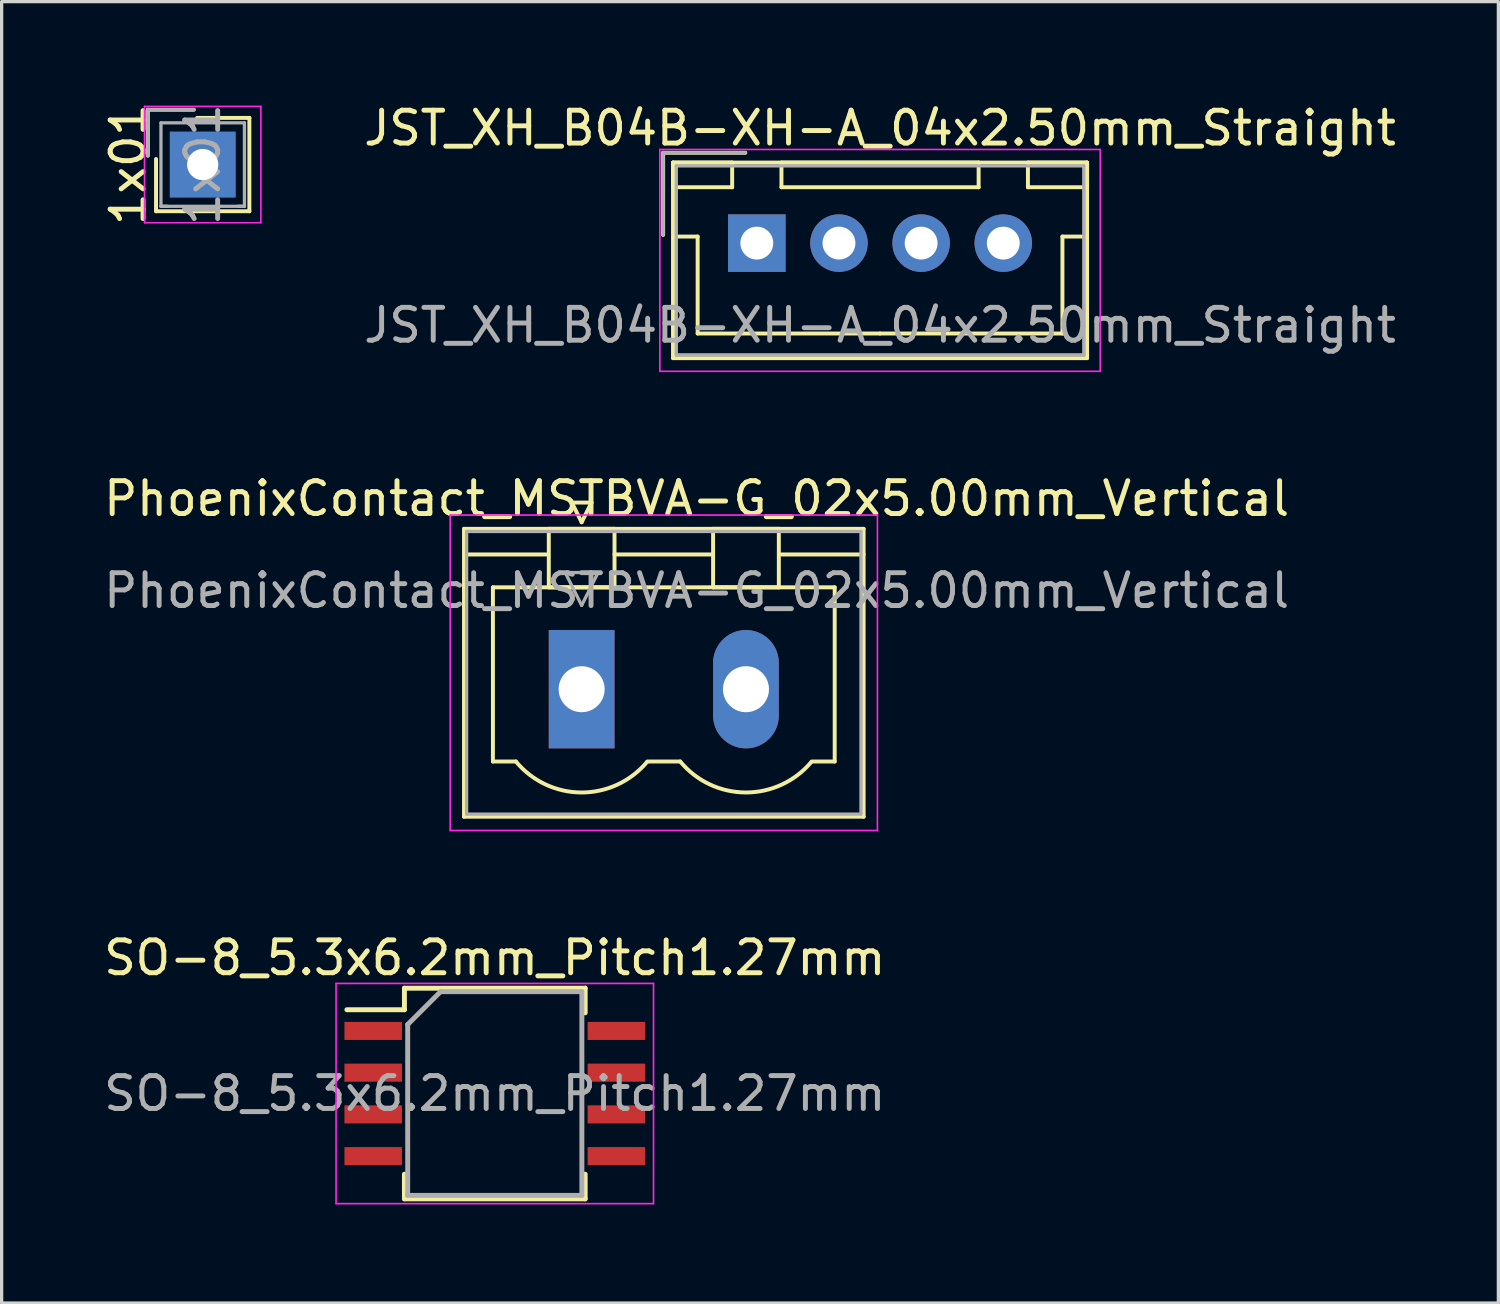
<source format=kicad_pcb>
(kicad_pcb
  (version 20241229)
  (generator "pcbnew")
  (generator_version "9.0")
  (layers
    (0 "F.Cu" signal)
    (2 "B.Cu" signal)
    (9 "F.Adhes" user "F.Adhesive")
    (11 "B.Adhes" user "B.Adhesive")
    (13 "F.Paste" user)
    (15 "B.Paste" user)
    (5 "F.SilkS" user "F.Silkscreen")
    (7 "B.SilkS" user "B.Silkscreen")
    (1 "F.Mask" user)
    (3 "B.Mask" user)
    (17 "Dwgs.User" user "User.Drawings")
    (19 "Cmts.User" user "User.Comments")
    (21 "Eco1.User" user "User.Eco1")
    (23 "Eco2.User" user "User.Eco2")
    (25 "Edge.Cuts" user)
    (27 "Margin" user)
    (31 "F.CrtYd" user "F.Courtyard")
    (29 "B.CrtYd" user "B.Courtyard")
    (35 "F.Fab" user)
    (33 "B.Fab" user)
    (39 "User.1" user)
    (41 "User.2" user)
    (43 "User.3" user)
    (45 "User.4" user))
  (footprint "PhoenixContact_MSTBVA-G_02x5.00mm_Vertical"
    (layer "F.Cu")
    (at 14.649 17.922)
    (property "Reference" "PhoenixContact_MSTBVA-G_02x5.00mm_Vertical" (at 3.5 -5.8 0) (layer "F.SilkS") (effects (font (size 1 1) (thickness 0.15))))
    (attr through_hole)
    (fp_line (start -3.58 -4.88) (end -3.58 3.88) (stroke (width 0.12) (type solid)) (layer "F.SilkS"))
    (fp_line (start -3.58 -4.1) (end -1.08 -4.1) (stroke (width 0.12) (type solid)) (layer "F.SilkS"))
    (fp_line (start -3.58 3.88) (end 8.58 3.88) (stroke (width 0.12) (type solid)) (layer "F.SilkS"))
    (fp_line (start -2.7 -3.1) (end 7.7 -3.1) (stroke (width 0.12) (type solid)) (layer "F.SilkS"))
    (fp_line (start -2.7 2.2) (end -2.7 -3.1) (stroke (width 0.12) (type solid)) (layer "F.SilkS"))
    (fp_line (start -2 2.2) (end -2.7 2.2) (stroke (width 0.12) (type solid)) (layer "F.SilkS"))
    (fp_line (start -1 -4.88) (end 1 -4.88) (stroke (width 0.12) (type solid)) (layer "F.SilkS"))
    (fp_line (start -1 -3.1) (end -1 -4.88) (stroke (width 0.12) (type solid)) (layer "F.SilkS"))
    (fp_line (start -0.3 -5.68) (end 0.3 -5.68) (stroke (width 0.12) (type solid)) (layer "F.SilkS"))
    (fp_line (start 0 -5.08) (end -0.3 -5.68) (stroke (width 0.12) (type solid)) (layer "F.SilkS"))
    (fp_line (start 0.3 -5.68) (end 0 -5.08) (stroke (width 0.12) (type solid)) (layer "F.SilkS"))
    (fp_line (start 1 -4.88) (end 1 -3.1) (stroke (width 0.12) (type solid)) (layer "F.SilkS"))
    (fp_line (start 1 -4.1) (end 4 -4.1) (stroke (width 0.12) (type solid)) (layer "F.SilkS"))
    (fp_line (start 1 -3.1) (end -1 -3.1) (stroke (width 0.12) (type solid)) (layer "F.SilkS"))
    (fp_line (start 2 2.2) (end 3 2.2) (stroke (width 0.12) (type solid)) (layer "F.SilkS"))
    (fp_line (start 4 -4.88) (end 6 -4.88) (stroke (width 0.12) (type solid)) (layer "F.SilkS"))
    (fp_line (start 4 -3.1) (end 4 -4.88) (stroke (width 0.12) (type solid)) (layer "F.SilkS"))
    (fp_line (start 6 -4.88) (end 6 -3.1) (stroke (width 0.12) (type solid)) (layer "F.SilkS"))
    (fp_line (start 6 -3.1) (end 4 -3.1) (stroke (width 0.12) (type solid)) (layer "F.SilkS"))
    (fp_line (start 7.7 -3.1) (end 7.7 2.2) (stroke (width 0.12) (type solid)) (layer "F.SilkS"))
    (fp_line (start 7.7 2.2) (end 7 2.2) (stroke (width 0.12) (type solid)) (layer "F.SilkS"))
    (fp_line (start 8.58 -4.88) (end -3.58 -4.88) (stroke (width 0.12) (type solid)) (layer "F.SilkS"))
    (fp_line (start 8.58 -4.1) (end 6.08 -4.1) (stroke (width 0.12) (type solid)) (layer "F.SilkS"))
    (fp_line (start 8.58 3.88) (end 8.58 -4.88) (stroke (width 0.12) (type solid)) (layer "F.SilkS"))
    (fp_arc (start 1.986842 2.215821) (mid -0.010289 3.142758) (end -2 2.2) (stroke (width 0.12) (type solid)) (layer "F.SilkS"))
    (fp_arc (start 6.986842 2.215821) (mid 4.989711 3.142758) (end 3 2.2) (stroke (width 0.12) (type solid)) (layer "F.SilkS"))
    (fp_line (start -4 -5.3) (end -4 4.3) (stroke (width 0.05) (type solid)) (layer "F.CrtYd"))
    (fp_line (start -4 4.3) (end 9 4.3) (stroke (width 0.05) (type solid)) (layer "F.CrtYd"))
    (fp_line (start 9 -5.3) (end -4 -5.3) (stroke (width 0.05) (type solid)) (layer "F.CrtYd"))
    (fp_line (start 9 4.3) (end 9 -5.3) (stroke (width 0.05) (type solid)) (layer "F.CrtYd"))
    (fp_line (start -3.5 -4.8) (end -3.5 3.8) (stroke (width 0.1) (type solid)) (layer "F.Fab"))
    (fp_line (start -3.5 3.8) (end 8.5 3.8) (stroke (width 0.1) (type solid)) (layer "F.Fab"))
    (fp_line (start -0.5 -3.55) (end 0.5 -3.55) (stroke (width 0.1) (type solid)) (layer "F.Fab"))
    (fp_line (start 0 -2.55) (end -0.5 -3.55) (stroke (width 0.1) (type solid)) (layer "F.Fab"))
    (fp_line (start 0.5 -3.55) (end 0 -2.55) (stroke (width 0.1) (type solid)) (layer "F.Fab"))
    (fp_line (start 8.5 -4.8) (end -3.5 -4.8) (stroke (width 0.1) (type solid)) (layer "F.Fab"))
    (fp_line (start 8.5 3.8) (end 8.5 -4.8) (stroke (width 0.1) (type solid)) (layer "F.Fab"))
    (fp_text user "${REFERENCE}" (at 3.5 -3 0) (layer "F.Fab") (effects (font (size 1 1) (thickness 0.15))))
    (pad "1" thru_hole rect (at 0 0) (size 2 3.6) (drill 1.4) (layers "*.Cu" "*.Mask"))
    (pad "2" thru_hole oval (at 5 0) (size 2 3.6) (drill 1.4) (layers "*.Cu" "*.Mask")))
  (footprint "JST_XH_B04B-XH-A_04x2.50mm_Straight"
    (layer "F.Cu")
    (at 19.979 4.348)
    (property "Reference" "JST_XH_B04B-XH-A_04x2.50mm_Straight" (at 3.75 -3.5 0) (layer "F.SilkS") (effects (font (size 1 1) (thickness 0.15))))
    (attr through_hole)
    (fp_line (start -2.85 -2.75) (end -2.85 -0.25) (stroke (width 0.12) (type solid)) (layer "F.SilkS"))
    (fp_line (start -2.55 -2.45) (end -2.55 -1.7) (stroke (width 0.12) (type solid)) (layer "F.SilkS"))
    (fp_line (start -2.55 -2.45) (end -2.55 3.5) (stroke (width 0.12) (type solid)) (layer "F.SilkS"))
    (fp_line (start -2.55 -1.7) (end -0.75 -1.7) (stroke (width 0.12) (type solid)) (layer "F.SilkS"))
    (fp_line (start -2.55 -0.2) (end -1.8 -0.2) (stroke (width 0.12) (type solid)) (layer "F.SilkS"))
    (fp_line (start -2.55 3.5) (end 10.05 3.5) (stroke (width 0.12) (type solid)) (layer "F.SilkS"))
    (fp_line (start -1.8 -0.2) (end -1.8 2.75) (stroke (width 0.12) (type solid)) (layer "F.SilkS"))
    (fp_line (start -1.8 2.75) (end 3.75 2.75) (stroke (width 0.12) (type solid)) (layer "F.SilkS"))
    (fp_line (start -0.75 -2.45) (end -2.55 -2.45) (stroke (width 0.12) (type solid)) (layer "F.SilkS"))
    (fp_line (start -0.75 -1.7) (end -0.75 -2.45) (stroke (width 0.12) (type solid)) (layer "F.SilkS"))
    (fp_line (start -0.35 -2.75) (end -2.85 -2.75) (stroke (width 0.12) (type solid)) (layer "F.SilkS"))
    (fp_line (start 0.75 -2.45) (end 0.75 -1.7) (stroke (width 0.12) (type solid)) (layer "F.SilkS"))
    (fp_line (start 0.75 -1.7) (end 6.75 -1.7) (stroke (width 0.12) (type solid)) (layer "F.SilkS"))
    (fp_line (start 6.75 -2.45) (end 0.75 -2.45) (stroke (width 0.12) (type solid)) (layer "F.SilkS"))
    (fp_line (start 6.75 -1.7) (end 6.75 -2.45) (stroke (width 0.12) (type solid)) (layer "F.SilkS"))
    (fp_line (start 8.25 -2.45) (end 8.25 -1.7) (stroke (width 0.12) (type solid)) (layer "F.SilkS"))
    (fp_line (start 8.25 -1.7) (end 10.05 -1.7) (stroke (width 0.12) (type solid)) (layer "F.SilkS"))
    (fp_line (start 9.3 -0.2) (end 9.3 2.75) (stroke (width 0.12) (type solid)) (layer "F.SilkS"))
    (fp_line (start 9.3 2.75) (end 3.75 2.75) (stroke (width 0.12) (type solid)) (layer "F.SilkS"))
    (fp_line (start 10.05 -2.45) (end -2.55 -2.45) (stroke (width 0.12) (type solid)) (layer "F.SilkS"))
    (fp_line (start 10.05 -2.45) (end 8.25 -2.45) (stroke (width 0.12) (type solid)) (layer "F.SilkS"))
    (fp_line (start 10.05 -1.7) (end 10.05 -2.45) (stroke (width 0.12) (type solid)) (layer "F.SilkS"))
    (fp_line (start 10.05 -0.2) (end 9.3 -0.2) (stroke (width 0.12) (type solid)) (layer "F.SilkS"))
    (fp_line (start 10.05 3.5) (end 10.05 -2.45) (stroke (width 0.12) (type solid)) (layer "F.SilkS"))
    (fp_line (start -2.95 -2.85) (end -2.95 3.9) (stroke (width 0.05) (type solid)) (layer "F.CrtYd"))
    (fp_line (start -2.95 3.9) (end 10.45 3.9) (stroke (width 0.05) (type solid)) (layer "F.CrtYd"))
    (fp_line (start 10.45 -2.85) (end -2.95 -2.85) (stroke (width 0.05) (type solid)) (layer "F.CrtYd"))
    (fp_line (start 10.45 3.9) (end 10.45 -2.85) (stroke (width 0.05) (type solid)) (layer "F.CrtYd"))
    (fp_line (start -2.85 -2.75) (end -2.85 -0.25) (stroke (width 0.1) (type solid)) (layer "F.Fab"))
    (fp_line (start -2.45 -2.35) (end -2.45 3.4) (stroke (width 0.1) (type solid)) (layer "F.Fab"))
    (fp_line (start -2.45 3.4) (end 9.95 3.4) (stroke (width 0.1) (type solid)) (layer "F.Fab"))
    (fp_line (start -0.35 -2.75) (end -2.85 -2.75) (stroke (width 0.1) (type solid)) (layer "F.Fab"))
    (fp_line (start 9.95 -2.35) (end -2.45 -2.35) (stroke (width 0.1) (type solid)) (layer "F.Fab"))
    (fp_line (start 9.95 3.4) (end 9.95 -2.35) (stroke (width 0.1) (type solid)) (layer "F.Fab"))
    (fp_text user "${REFERENCE}" (at 3.75 2.5 0) (layer "F.Fab") (effects (font (size 1 1) (thickness 0.15))))
    (pad "1" thru_hole rect (at 0 0) (size 1.75 1.75) (drill 1) (layers "*.Cu" "*.Mask"))
    (pad "2" thru_hole circle (at 2.5 0) (size 1.75 1.75) (drill 1) (layers "*.Cu" "*.Mask"))
    (pad "3" thru_hole circle (at 5 0) (size 1.75 1.75) (drill 1) (layers "*.Cu" "*.Mask"))
    (pad "4" thru_hole circle (at 7.5 0) (size 1.75 1.75) (drill 1) (layers "*.Cu" "*.Mask")))
  (footprint "SO-8_5.3x6.2mm_Pitch1.27mm"
    (layer "F.Cu")
    (at 12.006 30.225)
    (property "Reference" "SO-8_5.3x6.2mm_Pitch1.27mm" (at 0 -4.13 0) (layer "F.SilkS") (effects (font (size 1 1) (thickness 0.15))))
    (attr smd)
    (fp_line (start -2.75 -3.205) (end -2.75 -2.55) (stroke (width 0.15) (type solid)) (layer "F.SilkS"))
    (fp_line (start -2.75 -3.205) (end 2.75 -3.205) (stroke (width 0.15) (type solid)) (layer "F.SilkS"))
    (fp_line (start -2.75 -2.55) (end -4.5 -2.55) (stroke (width 0.15) (type solid)) (layer "F.SilkS"))
    (fp_line (start -2.75 3.205) (end -2.75 2.455) (stroke (width 0.15) (type solid)) (layer "F.SilkS"))
    (fp_line (start -2.75 3.205) (end 2.75 3.205) (stroke (width 0.15) (type solid)) (layer "F.SilkS"))
    (fp_line (start 2.75 -3.205) (end 2.75 -2.455) (stroke (width 0.15) (type solid)) (layer "F.SilkS"))
    (fp_line (start 2.75 3.205) (end 2.75 2.455) (stroke (width 0.15) (type solid)) (layer "F.SilkS"))
    (fp_line (start -4.83 -3.35) (end -4.83 3.35) (stroke (width 0.05) (type solid)) (layer "F.CrtYd"))
    (fp_line (start -4.83 -3.35) (end 4.83 -3.35) (stroke (width 0.05) (type solid)) (layer "F.CrtYd"))
    (fp_line (start -4.83 3.35) (end 4.83 3.35) (stroke (width 0.05) (type solid)) (layer "F.CrtYd"))
    (fp_line (start 4.83 -3.35) (end 4.83 3.35) (stroke (width 0.05) (type solid)) (layer "F.CrtYd"))
    (fp_line (start -2.65 -2.1) (end -1.65 -3.1) (stroke (width 0.15) (type solid)) (layer "F.Fab"))
    (fp_line (start -2.65 3.1) (end -2.65 -2.1) (stroke (width 0.15) (type solid)) (layer "F.Fab"))
    (fp_line (start -1.65 -3.1) (end 2.65 -3.1) (stroke (width 0.15) (type solid)) (layer "F.Fab"))
    (fp_line (start 2.65 -3.1) (end 2.65 3.1) (stroke (width 0.15) (type solid)) (layer "F.Fab"))
    (fp_line (start 2.65 3.1) (end -2.65 3.1) (stroke (width 0.15) (type solid)) (layer "F.Fab"))
    (fp_text user "${REFERENCE}" (at 0 0 0) (layer "F.Fab") (effects (font (size 1 1) (thickness 0.15))))
    (pad "1" smd rect (at -3.7 -1.905) (size 1.75 0.55) (layers "F.Cu" "F.Mask" "F.Paste"))
    (pad "2" smd rect (at -3.7 -0.635) (size 1.75 0.55) (layers "F.Cu" "F.Mask" "F.Paste"))
    (pad "3" smd rect (at -3.7 0.635) (size 1.75 0.55) (layers "F.Cu" "F.Mask" "F.Paste"))
    (pad "4" smd rect (at -3.7 1.905) (size 1.75 0.55) (layers "F.Cu" "F.Mask" "F.Paste"))
    (pad "5" smd rect (at 3.7 1.905) (size 1.75 0.55) (layers "F.Cu" "F.Mask" "F.Paste"))
    (pad "6" smd rect (at 3.7 0.635) (size 1.75 0.55) (layers "F.Cu" "F.Mask" "F.Paste"))
    (pad "7" smd rect (at 3.7 -0.635) (size 1.75 0.55) (layers "F.Cu" "F.Mask" "F.Paste"))
    (pad "8" smd rect (at 3.7 -1.905) (size 1.75 0.55) (layers "F.Cu" "F.Mask" "F.Paste")))
  (footprint "1x01"
    (layer "F.Cu")
    (at 3.118 1.958)
    (property "Reference" "1x01" (at -2.27 0 90) (layer "F.SilkS") (effects (font (size 1 1) (thickness 0.15))))
    (attr through_hole)
    (fp_line (start -1.67 -1.67) (end -1.67 -0.27) (stroke (width 0.12) (type solid)) (layer "F.SilkS"))
    (fp_line (start -1.42 1.42) (end -1.42 -0.17) (stroke (width 0.12) (type solid)) (layer "F.SilkS"))
    (fp_line (start -0.27 -1.67) (end -1.67 -1.67) (stroke (width 0.12) (type solid)) (layer "F.SilkS"))
    (fp_line (start -0.17 -1.42) (end 1.42 -1.42) (stroke (width 0.12) (type solid)) (layer "F.SilkS"))
    (fp_line (start 1.42 -1.42) (end 1.42 1.42) (stroke (width 0.12) (type solid)) (layer "F.SilkS"))
    (fp_line (start 1.42 1.42) (end -1.42 1.42) (stroke (width 0.12) (type solid)) (layer "F.SilkS"))
    (fp_line (start -1.77 -1.77) (end -1.77 1.77) (stroke (width 0.05) (type solid)) (layer "F.CrtYd"))
    (fp_line (start -1.77 1.77) (end 1.77 1.77) (stroke (width 0.05) (type solid)) (layer "F.CrtYd"))
    (fp_line (start 1.77 -1.77) (end -1.77 -1.77) (stroke (width 0.05) (type solid)) (layer "F.CrtYd"))
    (fp_line (start 1.77 1.77) (end 1.77 -1.77) (stroke (width 0.05) (type solid)) (layer "F.CrtYd"))
    (fp_line (start -1.67 -1.67) (end -1.67 -0.27) (stroke (width 0.1) (type solid)) (layer "F.Fab"))
    (fp_line (start -1.27 -1.27) (end -1.27 1.27) (stroke (width 0.1) (type solid)) (layer "F.Fab"))
    (fp_line (start -1.27 1.27) (end -1.07 1.27) (stroke (width 0.1) (type solid)) (layer "F.Fab"))
    (fp_line (start -1.27 1.27) (end 1.27 1.27) (stroke (width 0.1) (type solid)) (layer "F.Fab"))
    (fp_line (start -0.27 -1.67) (end -1.67 -1.67) (stroke (width 0.1) (type solid)) (layer "F.Fab"))
    (fp_line (start 1.27 -1.27) (end -1.27 -1.27) (stroke (width 0.1) (type solid)) (layer "F.Fab"))
    (fp_line (start 1.27 1.27) (end 1.07 1.27) (stroke (width 0.1) (type solid)) (layer "F.Fab"))
    (fp_line (start 1.27 1.27) (end 1.27 -1.27) (stroke (width 0.1) (type solid)) (layer "F.Fab"))
    (fp_text user "${REFERENCE}" (at 0 0 90) (layer "F.Fab") (effects (font (size 1 1) (thickness 0.15))))
    (pad "1" thru_hole rect (at 0 0) (size 2 2) (drill 0.95) (layers "*.Cu" "*.Mask")))
  (gr_rect
    (start -3 -3)
    (end 42.544 36.6)
    (stroke (width 0.1) (type default))
    (fill no)
    (layer "Edge.Cuts")))
</source>
